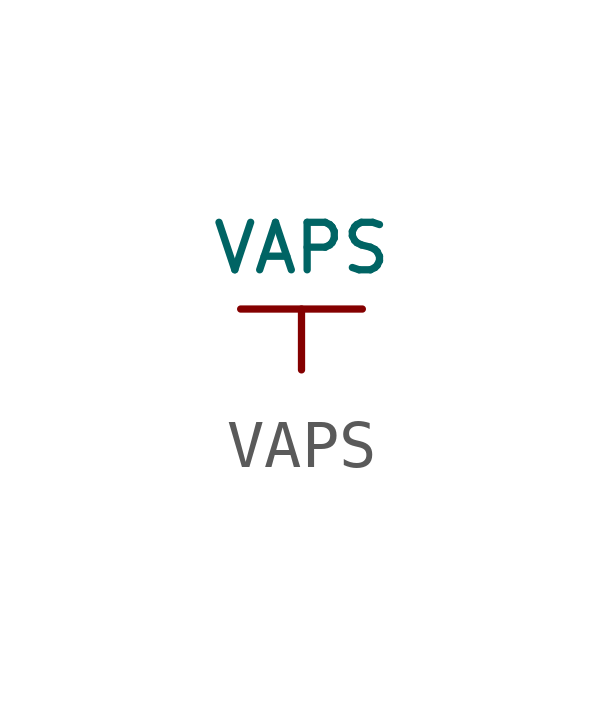
<source format=kicad_sym>
(kicad_symbol_lib
  (version 20220914)
  (generator kicad_symbol_editor)
  (symbol "VAPS"
    (power)
    (pin_numbers hide)
    (pin_names
      (offset 0) hide)
    (property "Reference" "#PWR"
      (at 0 -2.54 0)
      (effects (font (size 1.524 1.524)) hide))
    (property "Value" "VAPS"
      (at 0 1.27 0)
      (effects (font (size 0.991 0.991))))
    (property "Footprint" ""
      (at 0 0 0)
      (effects (font (size 1.524 1.524))))
    (property "Datasheet" ""
      (at 0 0 0)
      (effects (font (size 1.524 1.524))))
    (symbol "VAPS_0_1"
      (polyline (pts (xy -1.27 0) (xy 1.27 0)) (stroke (width 0) (type default)) (fill (type none))))
    (symbol "VAPS_1_1"
      (pin power_in line (at 0 -1.27 90) (length 1.27) (name "VAPS" (effects (font (size 1.27 1.27)))) (number "1" (effects (font (size 1.27 1.27))))))))
</source>
